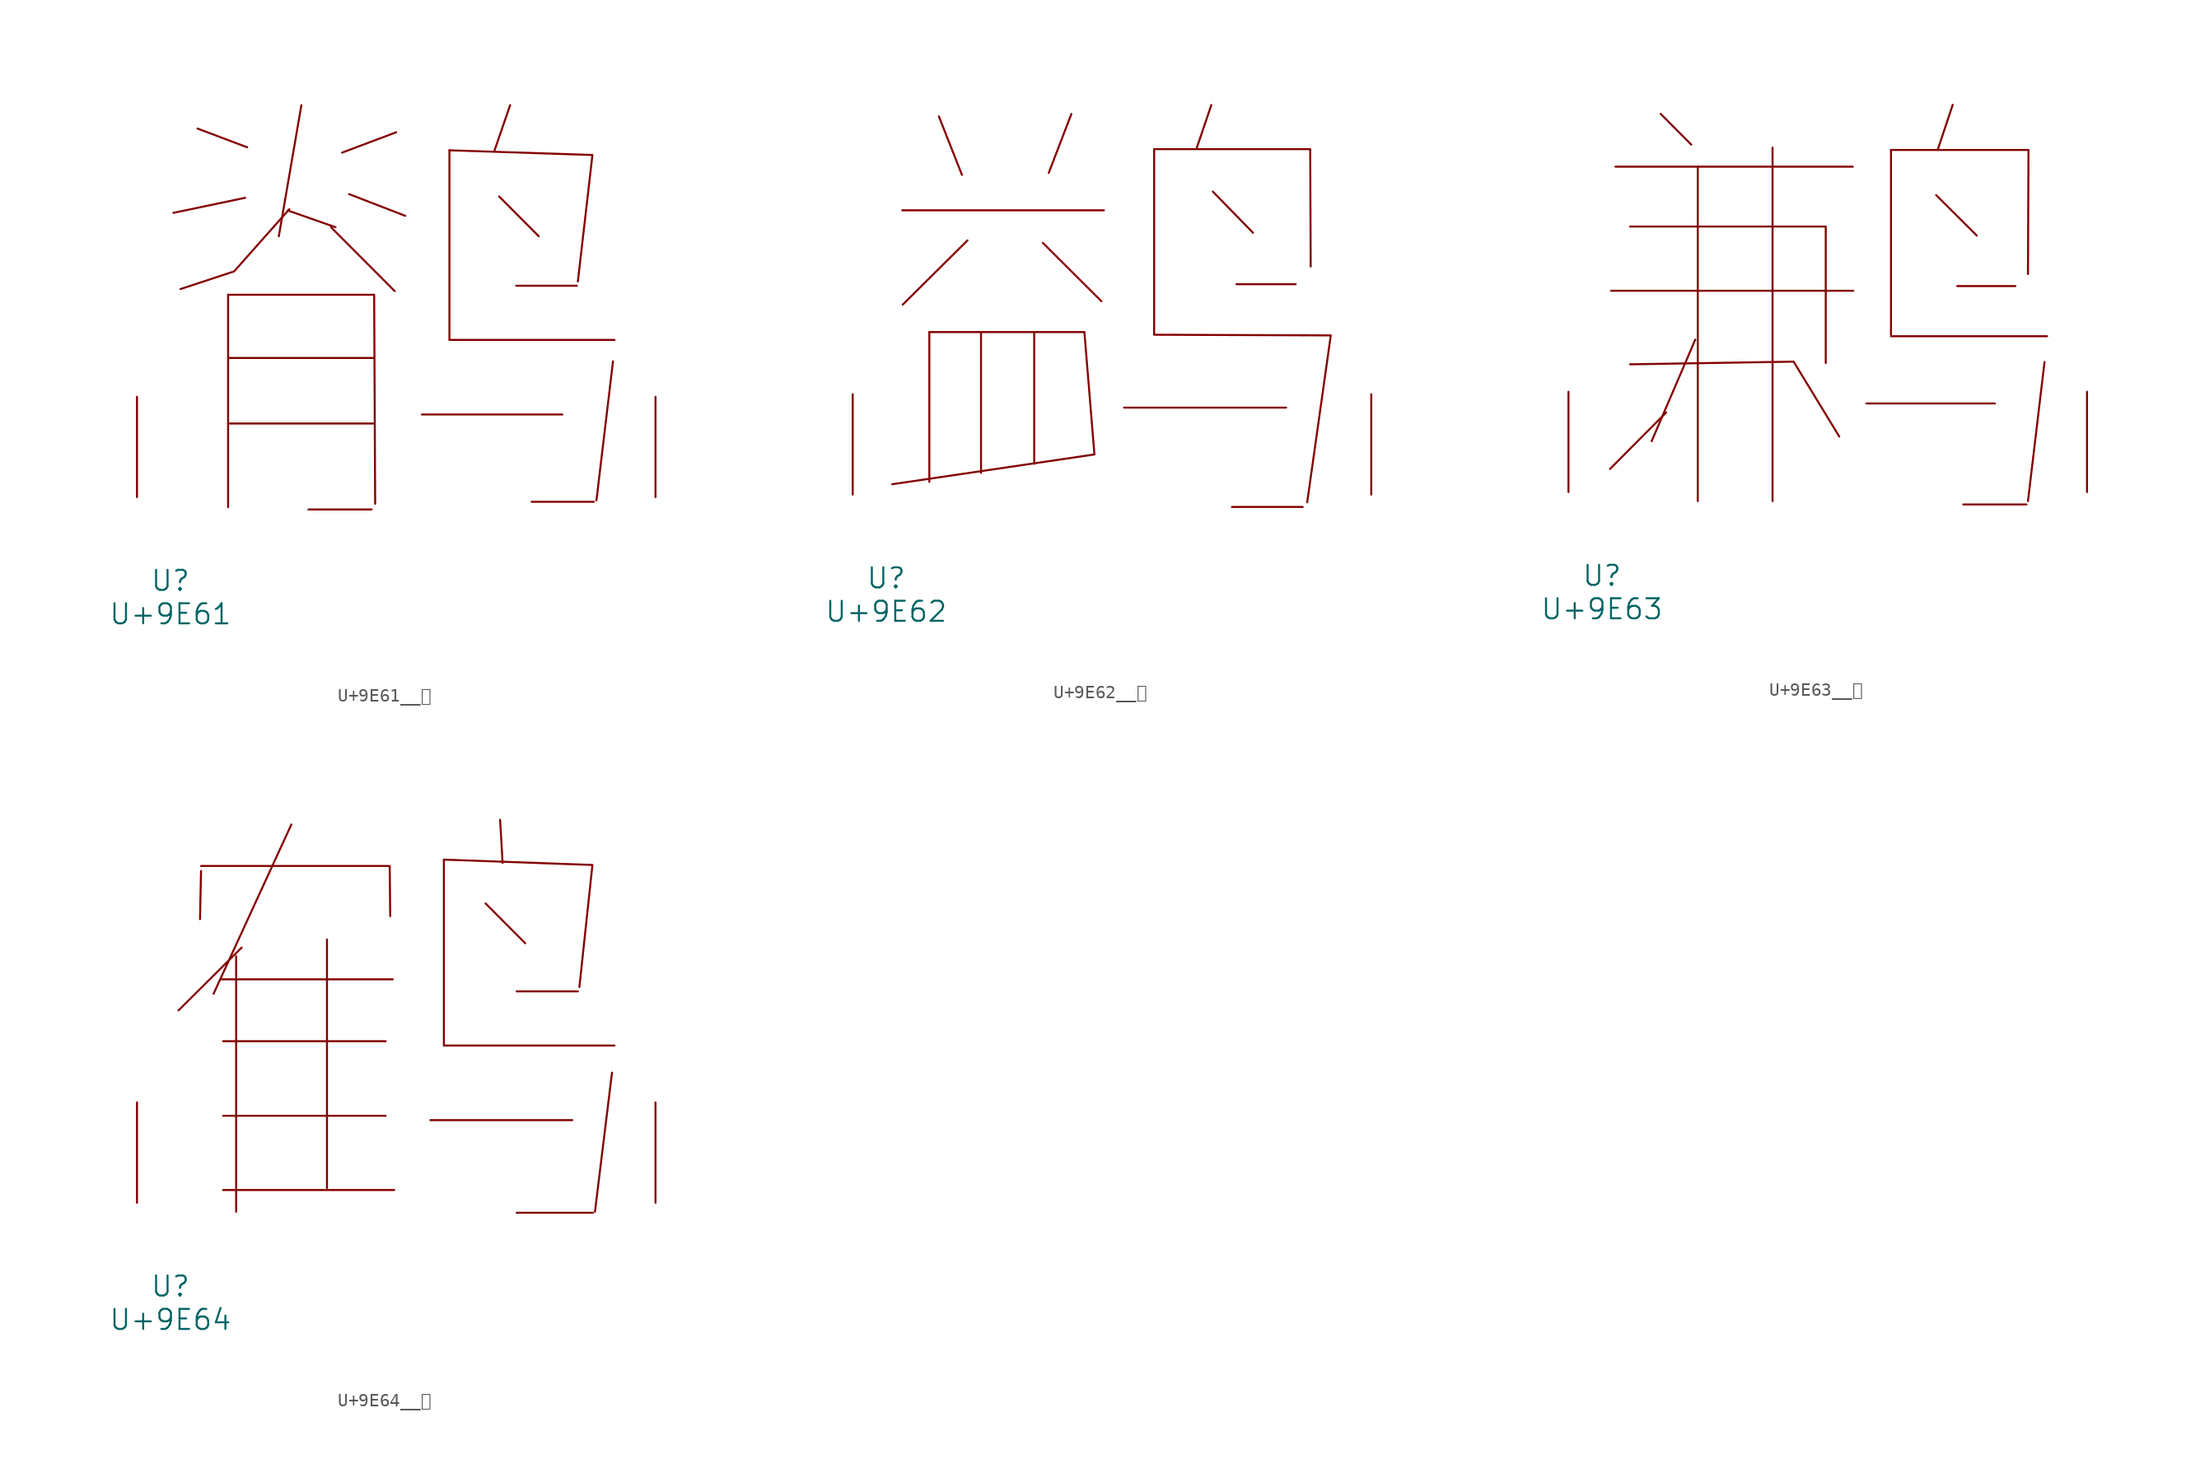
<source format=kicad_sym>
(kicad_symbol_lib
  (version 20231120)
  (generator "kicad_symbol_editor")
  (generator_version "8.0")
  (symbol "U+9E61__鹡"
    (pin_names
      (offset 1.016))
    (property "Reference" "U"
      (at 0 -6.35 0)
      (effects (font (size 1.524 1.524))))
    (property "Value" "U+9E61"
      (at 0 -8.89 0)
      (effects (font (size 1.524 1.524))))
    (symbol "U+9E61__鹡_0_1"
      (polyline (pts (xy 2.057 27.991) (xy 5.829 26.568)) (stroke (width 0) (type solid)) (fill (type none)))
      (polyline (pts (xy 4.381 5.588) (xy 15.431 5.588)) (stroke (width 0) (type solid)) (fill (type none)))
      (polyline (pts (xy 4.381 10.566) (xy 15.431 10.566)) (stroke (width 0) (type solid)) (fill (type none)))
      (polyline (pts (xy 4.381 15.367) (xy 4.381 -0.762)) (stroke (width 0) (type solid)) (fill (type none)))
      (polyline (pts (xy 5.677 22.733) (xy 0.229 21.59)) (stroke (width 0) (type solid)) (fill (type none)))
      (polyline (pts (xy 8.915 21.768) (xy 12.535 20.498)) (stroke (width 0) (type solid)) (fill (type none)))
      (polyline (pts (xy 9.944 29.769) (xy 8.23 19.812)) (stroke (width 0) (type solid)) (fill (type none)))
      (polyline (pts (xy 10.477 -0.94) (xy 15.278 -0.94)) (stroke (width 0) (type solid)) (fill (type none)))
      (polyline (pts (xy 12.192 20.498) (xy 17.031 15.646)) (stroke (width 0) (type solid)) (fill (type none)))
      (polyline (pts (xy 13.564 23.012) (xy 17.831 21.361)) (stroke (width 0) (type solid)) (fill (type none)))
      (polyline (pts (xy 17.145 27.711) (xy 13.03 26.162)) (stroke (width 0) (type solid)) (fill (type none)))
      (polyline (pts (xy 19.088 6.274) (xy 29.756 6.274)) (stroke (width 0) (type solid)) (fill (type none)))
      (polyline (pts (xy 21.184 11.938) (xy 33.718 11.938)) (stroke (width 0) (type solid)) (fill (type none)))
      (polyline (pts (xy 21.184 26.34) (xy 21.184 11.989)) (stroke (width 0) (type solid)) (fill (type none)))
      (polyline (pts (xy 24.956 22.835) (xy 27.965 19.812)) (stroke (width 0) (type solid)) (fill (type none)))
      (polyline (pts (xy 25.794 29.769) (xy 24.613 26.34)) (stroke (width 0) (type solid)) (fill (type none)))
      (polyline (pts (xy 26.251 16.053) (xy 30.861 16.053)) (stroke (width 0) (type solid)) (fill (type none)))
      (polyline (pts (xy 27.432 -0.356) (xy 32.156 -0.356)) (stroke (width 0) (type solid)) (fill (type none)))
      (polyline (pts (xy 33.604 10.312) (xy 32.347 -0.254)) (stroke (width 0) (type solid)) (fill (type none)))
      (polyline (pts (xy 4.381 15.367) (xy 15.469 15.367) (xy 15.545 -0.508)) (stroke (width 0) (type solid)) (fill (type none)))
      (polyline (pts (xy 9.03 21.869) (xy 4.839 17.145) (xy 0.762 15.799)) (stroke (width 0) (type solid)) (fill (type none)))
      (polyline (pts (xy 21.184 26.34) (xy 32.042 25.984) (xy 30.937 16.383)) (stroke (width 0) (type solid)) (fill (type none)))
      (pin input line (at -2.54 0 90) (length 7.62) (name "~" (effects (font (size 1.27 1.27)))) (number "~" (effects (font (size 1.27 1.27)))))
      (pin input line (at 36.83 0 90) (length 7.62) (name "~" (effects (font (size 1.27 1.27)))) (number "~" (effects (font (size 1.27 1.27)))))))
  (symbol "U+9E62__鹢"
    (pin_names
      (offset 1.016))
    (property "Reference" "U"
      (at 0 -6.35 0)
      (effects (font (size 1.524 1.524))))
    (property "Value" "U+9E62"
      (at 0 -8.89 0)
      (effects (font (size 1.524 1.524))))
    (symbol "U+9E62__鹢_0_1"
      (polyline (pts (xy 1.219 21.59) (xy 16.535 21.59)) (stroke (width 0) (type solid)) (fill (type none)))
      (polyline (pts (xy 3.277 12.344) (xy 3.277 0.965)) (stroke (width 0) (type solid)) (fill (type none)))
      (polyline (pts (xy 4 28.727) (xy 5.753 24.282)) (stroke (width 0) (type solid)) (fill (type none)))
      (polyline (pts (xy 6.172 19.304) (xy 1.257 14.427)) (stroke (width 0) (type solid)) (fill (type none)))
      (polyline (pts (xy 7.201 12.344) (xy 7.201 1.651)) (stroke (width 0) (type solid)) (fill (type none)))
      (polyline (pts (xy 11.239 12.344) (xy 11.239 2.337)) (stroke (width 0) (type solid)) (fill (type none)))
      (polyline (pts (xy 11.887 19.126) (xy 16.345 14.681)) (stroke (width 0) (type solid)) (fill (type none)))
      (polyline (pts (xy 14.059 28.905) (xy 12.344 24.435)) (stroke (width 0) (type solid)) (fill (type none)))
      (polyline (pts (xy 18.059 6.604) (xy 30.366 6.604)) (stroke (width 0) (type solid)) (fill (type none)))
      (polyline (pts (xy 24.689 29.591) (xy 23.584 26.34)) (stroke (width 0) (type solid)) (fill (type none)))
      (polyline (pts (xy 24.803 23.012) (xy 27.851 19.888)) (stroke (width 0) (type solid)) (fill (type none)))
      (polyline (pts (xy 26.251 -0.94) (xy 31.623 -0.94)) (stroke (width 0) (type solid)) (fill (type none)))
      (polyline (pts (xy 26.594 15.977) (xy 31.09 15.977)) (stroke (width 0) (type solid)) (fill (type none)))
      (polyline (pts (xy 20.345 26.238) (xy 32.194 26.238) (xy 32.233 17.323)) (stroke (width 0) (type solid)) (fill (type none)))
      (polyline (pts (xy 3.277 12.344) (xy 15.05 12.344) (xy 15.812 3.048) (xy 0.457 0.787)) (stroke (width 0) (type solid)) (fill (type none)))
      (polyline (pts (xy 20.345 26.238) (xy 20.345 12.141) (xy 33.757 12.09) (xy 31.966 -0.584)) (stroke (width 0) (type solid)) (fill (type none)))
      (pin input line (at -2.54 0 90) (length 7.62) (name "~" (effects (font (size 1.27 1.27)))) (number "~" (effects (font (size 1.27 1.27)))))
      (pin input line (at 36.83 0 90) (length 7.62) (name "~" (effects (font (size 1.27 1.27)))) (number "~" (effects (font (size 1.27 1.27)))))))
  (symbol "U+9E63__鹣"
    (pin_names
      (offset 1.016))
    (property "Reference" "U"
      (at 0 -6.35 0)
      (effects (font (size 1.524 1.524))))
    (property "Value" "U+9E63"
      (at 0 -8.89 0)
      (effects (font (size 1.524 1.524))))
    (symbol "U+9E63__鹣_0_1"
      (polyline (pts (xy 0.686 15.291) (xy 19.088 15.291)) (stroke (width 0) (type solid)) (fill (type none)))
      (polyline (pts (xy 1.029 24.714) (xy 19.05 24.714)) (stroke (width 0) (type solid)) (fill (type none)))
      (polyline (pts (xy 4.458 28.727) (xy 6.782 26.391)) (stroke (width 0) (type solid)) (fill (type none)))
      (polyline (pts (xy 4.877 6.045) (xy 0.61 1.753)) (stroke (width 0) (type solid)) (fill (type none)))
      (polyline (pts (xy 7.087 11.582) (xy 3.772 3.861)) (stroke (width 0) (type solid)) (fill (type none)))
      (polyline (pts (xy 7.277 24.714) (xy 7.277 -0.686)) (stroke (width 0) (type solid)) (fill (type none)))
      (polyline (pts (xy 12.954 26.162) (xy 12.954 -0.686)) (stroke (width 0) (type solid)) (fill (type none)))
      (polyline (pts (xy 20.079 6.731) (xy 29.832 6.731)) (stroke (width 0) (type solid)) (fill (type none)))
      (polyline (pts (xy 21.946 11.836) (xy 33.795 11.836)) (stroke (width 0) (type solid)) (fill (type none)))
      (polyline (pts (xy 21.946 25.984) (xy 21.946 11.938)) (stroke (width 0) (type solid)) (fill (type none)))
      (polyline (pts (xy 25.375 22.555) (xy 28.461 19.482)) (stroke (width 0) (type solid)) (fill (type none)))
      (polyline (pts (xy 26.632 29.413) (xy 25.489 25.984)) (stroke (width 0) (type solid)) (fill (type none)))
      (polyline (pts (xy 26.975 15.646) (xy 31.394 15.646)) (stroke (width 0) (type solid)) (fill (type none)))
      (polyline (pts (xy 27.432 -0.94) (xy 32.233 -0.94)) (stroke (width 0) (type solid)) (fill (type none)))
      (polyline (pts (xy 33.604 9.881) (xy 32.347 -0.686)) (stroke (width 0) (type solid)) (fill (type none)))
      (polyline (pts (xy 2.134 9.703) (xy 14.554 9.906) (xy 18.021 4.216)) (stroke (width 0) (type solid)) (fill (type none)))
      (polyline (pts (xy 2.134 20.168) (xy 16.993 20.168) (xy 16.993 9.804)) (stroke (width 0) (type solid)) (fill (type none)))
      (polyline (pts (xy 21.946 25.984) (xy 32.385 25.984) (xy 32.347 16.561)) (stroke (width 0) (type solid)) (fill (type none)))
      (pin input line (at -2.54 0 90) (length 7.62) (name "~" (effects (font (size 1.27 1.27)))) (number "~" (effects (font (size 1.27 1.27)))))
      (pin input line (at 36.83 0 90) (length 7.62) (name "~" (effects (font (size 1.27 1.27)))) (number "~" (effects (font (size 1.27 1.27)))))))
  (symbol "U+9E64__鹤"
    (pin_names
      (offset 1.016))
    (property "Reference" "U"
      (at 0 -6.35 0)
      (effects (font (size 1.524 1.524))))
    (property "Value" "U+9E64"
      (at 0 -8.89 0)
      (effects (font (size 1.524 1.524))))
    (symbol "U+9E64__鹤_0_1"
      (polyline (pts (xy 2.324 25.197) (xy 2.248 21.539)) (stroke (width 0) (type solid)) (fill (type none)))
      (polyline (pts (xy 3.772 16.967) (xy 16.878 16.967)) (stroke (width 0) (type solid)) (fill (type none)))
      (polyline (pts (xy 4 0.965) (xy 16.993 0.965)) (stroke (width 0) (type solid)) (fill (type none)))
      (polyline (pts (xy 4 6.604) (xy 16.345 6.604)) (stroke (width 0) (type solid)) (fill (type none)))
      (polyline (pts (xy 4 12.268) (xy 16.345 12.268)) (stroke (width 0) (type solid)) (fill (type none)))
      (polyline (pts (xy 4.991 18.72) (xy 4.991 -0.686)) (stroke (width 0) (type solid)) (fill (type none)))
      (polyline (pts (xy 5.41 19.38) (xy 0.61 14.605)) (stroke (width 0) (type solid)) (fill (type none)))
      (polyline (pts (xy 9.182 28.727) (xy 3.277 15.875)) (stroke (width 0) (type solid)) (fill (type none)))
      (polyline (pts (xy 11.887 19.99) (xy 11.887 1.118)) (stroke (width 0) (type solid)) (fill (type none)))
      (polyline (pts (xy 19.736 6.274) (xy 30.518 6.274)) (stroke (width 0) (type solid)) (fill (type none)))
      (polyline (pts (xy 20.765 11.938) (xy 33.718 11.938)) (stroke (width 0) (type solid)) (fill (type none)))
      (polyline (pts (xy 20.765 26.06) (xy 20.765 11.989)) (stroke (width 0) (type solid)) (fill (type none)))
      (polyline (pts (xy 23.927 22.733) (xy 26.937 19.71)) (stroke (width 0) (type solid)) (fill (type none)))
      (polyline (pts (xy 25.032 29.083) (xy 25.222 25.806)) (stroke (width 0) (type solid)) (fill (type none)))
      (polyline (pts (xy 26.289 -0.762) (xy 32.08 -0.762)) (stroke (width 0) (type solid)) (fill (type none)))
      (polyline (pts (xy 26.289 16.053) (xy 30.937 16.053)) (stroke (width 0) (type solid)) (fill (type none)))
      (polyline (pts (xy 33.528 9.881) (xy 32.233 -0.686)) (stroke (width 0) (type solid)) (fill (type none)))
      (polyline (pts (xy 2.324 25.578) (xy 16.65 25.578) (xy 16.688 21.768)) (stroke (width 0) (type solid)) (fill (type none)))
      (polyline (pts (xy 20.765 26.06) (xy 32.042 25.654) (xy 31.052 16.383)) (stroke (width 0) (type solid)) (fill (type none)))
      (pin input line (at -2.54 0 90) (length 7.62) (name "~" (effects (font (size 1.27 1.27)))) (number "~" (effects (font (size 1.27 1.27)))))
      (pin input line (at 36.83 0 90) (length 7.62) (name "~" (effects (font (size 1.27 1.27)))) (number "~" (effects (font (size 1.27 1.27))))))))
</source>
